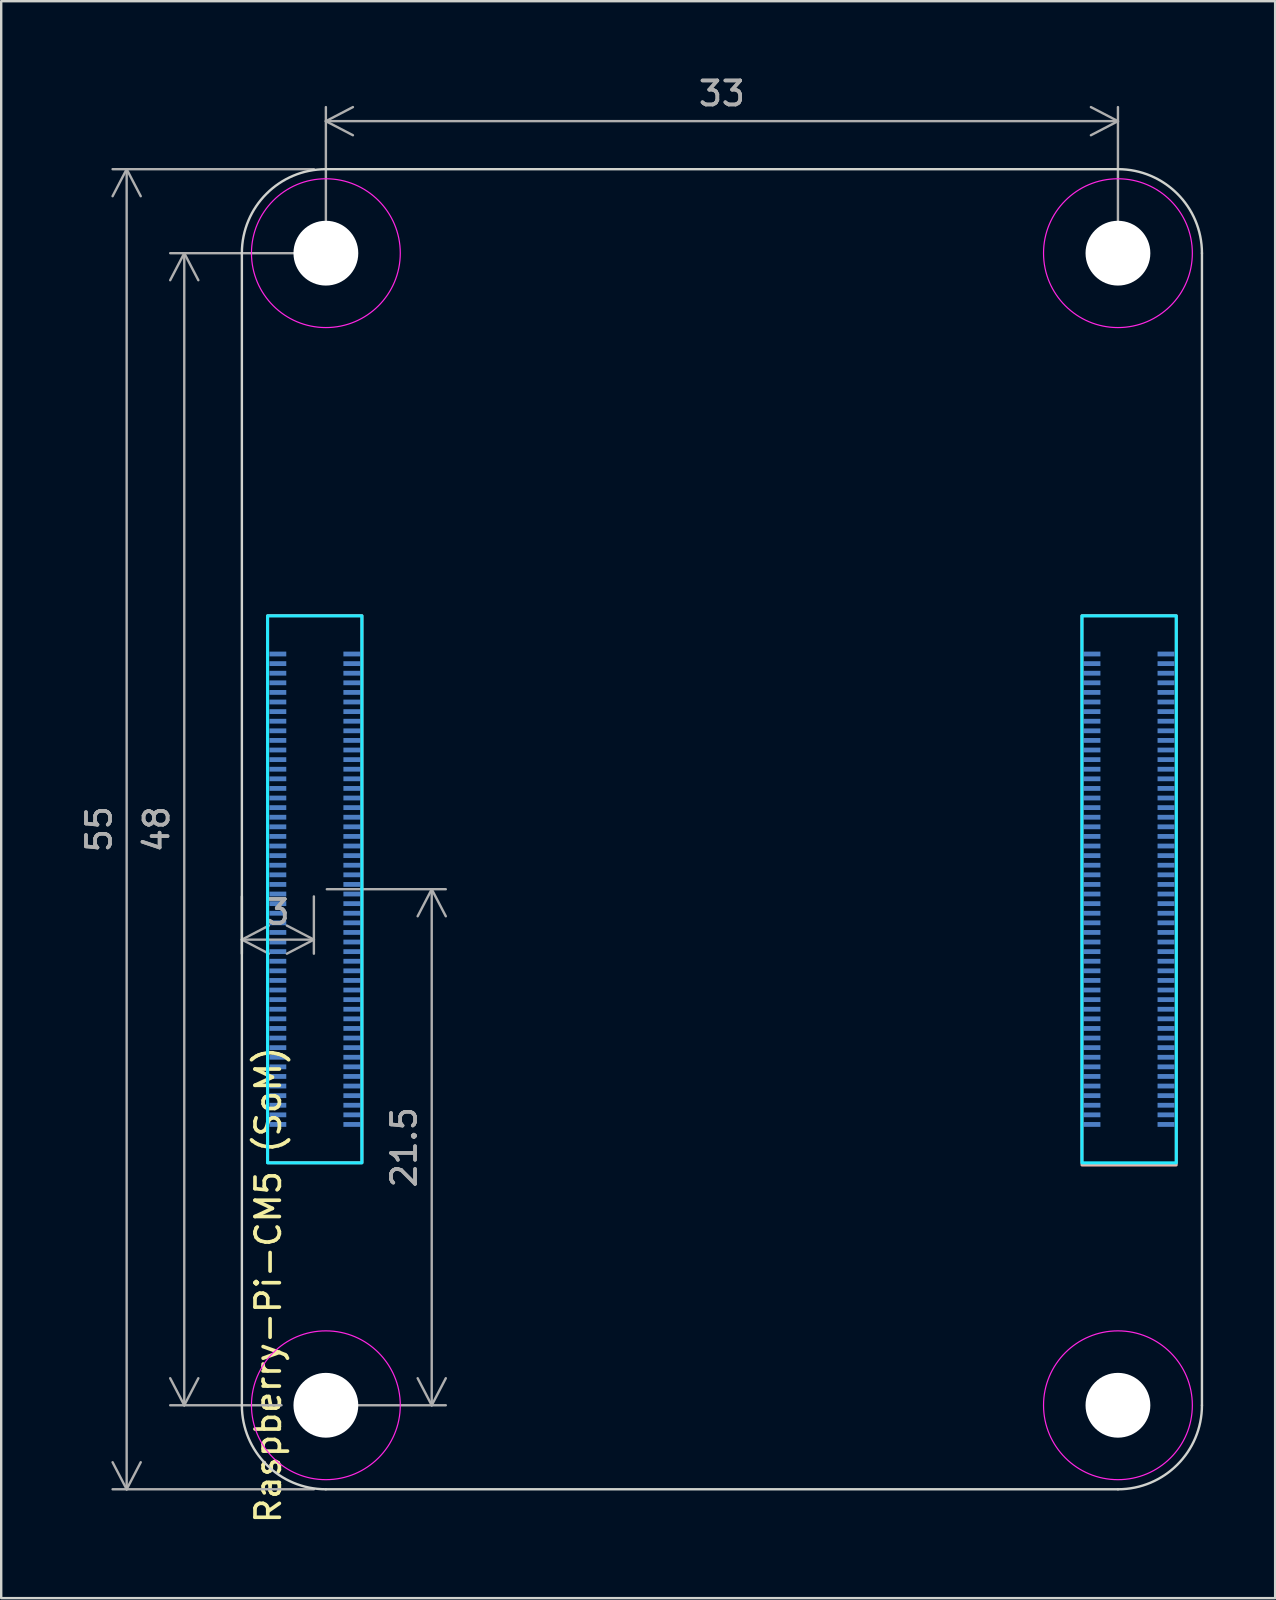
<source format=kicad_pcb>
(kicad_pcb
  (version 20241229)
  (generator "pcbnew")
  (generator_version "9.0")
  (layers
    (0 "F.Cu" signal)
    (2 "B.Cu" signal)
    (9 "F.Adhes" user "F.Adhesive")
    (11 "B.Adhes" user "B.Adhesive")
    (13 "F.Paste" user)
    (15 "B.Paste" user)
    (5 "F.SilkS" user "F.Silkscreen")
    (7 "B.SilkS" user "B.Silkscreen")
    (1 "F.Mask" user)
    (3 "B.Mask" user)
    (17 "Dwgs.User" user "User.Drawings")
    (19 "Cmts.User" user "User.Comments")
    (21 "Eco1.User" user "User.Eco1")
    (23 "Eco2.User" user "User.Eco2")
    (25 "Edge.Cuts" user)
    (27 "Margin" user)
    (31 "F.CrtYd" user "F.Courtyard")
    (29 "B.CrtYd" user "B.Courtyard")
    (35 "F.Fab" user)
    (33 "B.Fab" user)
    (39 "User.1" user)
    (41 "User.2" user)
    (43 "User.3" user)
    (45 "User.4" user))
  (footprint "Raspberry-Pi-CM5 (SoM)"
    (layer "F.Cu")
    (at 10.527 55.498)
    (property "Reference" "Raspberry-Pi-CM5 (SoM)" (at -2.4 -5.01 270) (layer "F.SilkS") (effects (font (size 1.016 1.016) (thickness 0.152))))
    (attr smd)
    (fp_rect (start -2.425 -32.896) (end 1.505 -10.104) (stroke (width 0.12) (type solid)) (fill no) (layer "B.SilkS"))
    (fp_rect (start 31.5 -32.896) (end 35.43 -10.008) (stroke (width 0.12) (type solid)) (fill no) (layer "B.SilkS"))
    (fp_line (start -3.5 -48) (end -3.5 0) (stroke (width 0.1) (type solid)) (layer "Edge.Cuts"))
    (fp_line (start 0 3.5) (end 33 3.5) (stroke (width 0.1) (type solid)) (layer "Edge.Cuts"))
    (fp_line (start 33 -51.5) (end 0 -51.5) (stroke (width 0.1) (type solid)) (layer "Edge.Cuts"))
    (fp_line (start 36.5 0) (end 36.5 -48) (stroke (width 0.1) (type solid)) (layer "Edge.Cuts"))
    (fp_arc (start -3.5 -48) (mid -2.474874 -50.474874) (end 0 -51.5) (stroke (width 0.1) (type solid)) (layer "Edge.Cuts"))
    (fp_arc (start 0 3.5) (mid -2.474874 2.474874) (end -3.5 0) (stroke (width 0.1) (type solid)) (layer "Edge.Cuts"))
    (fp_arc (start 33 -51.5) (mid 35.474874 -50.474874) (end 36.5 -48) (stroke (width 0.1) (type solid)) (layer "Edge.Cuts"))
    (fp_arc (start 36.5 0) (mid 35.474874 2.474874) (end 33 3.5) (stroke (width 0.1) (type solid)) (layer "Edge.Cuts"))
    (fp_rect (start -2.43 -32.89) (end 1.5 -10.1) (stroke (width 0.127) (type solid)) (fill no) (layer "B.CrtYd"))
    (fp_rect (start 31.5 -32.89) (end 35.43 -10.1) (stroke (width 0.127) (type solid)) (fill no) (layer "B.CrtYd"))
    (fp_circle (center 0 -48) (end 3.1 -48) (stroke (width 0.05) (type solid)) (fill no) (layer "F.CrtYd"))
    (fp_circle (center 0 0) (end 3.1 0) (stroke (width 0.05) (type solid)) (fill no) (layer "F.CrtYd"))
    (fp_circle (center 33 -48) (end 36.1 -48) (stroke (width 0.05) (type solid)) (fill no) (layer "F.CrtYd"))
    (fp_circle (center 33 0) (end 36.1 0) (stroke (width 0.05) (type solid)) (fill no) (layer "F.CrtYd"))
    (dimension (type orthogonal) (layer "F.Fab") (pts (xy 10.527 7.498) (xy 9.177 55.498)) (height -5.9) (orientation 1) (format (prefix "") (suffix "") (units 3) (units_format 0) (precision 4) (suppress_zeroes yes)) (style (thickness 0.1) (arrow_length 1.27) (text_position_mode 0) (arrow_direction outward) (extension_height 0.586) (extension_offset 0.5) (keep_text_aligned yes)) (gr_text "48" (at 3.477 31.498 90) (layer "F.Fab") (effects (font (size 1 1) (thickness 0.15)))))
    (dimension (type orthogonal) (layer "F.Fab") (pts (xy 10.527 3.998) (xy 10.527 58.998)) (height -8.3) (orientation 1) (format (prefix "") (suffix "") (units 3) (units_format 0) (precision 4) (suppress_zeroes yes)) (style (thickness 0.1) (arrow_length 1.27) (text_position_mode 0) (arrow_direction outward) (extension_height 0.586) (extension_offset 0.5) (keep_text_aligned yes)) (gr_text "55" (at 1.077 31.498 90) (layer "F.Fab") (effects (font (size 1 1) (thickness 0.15)))))
    (dimension (type orthogonal) (layer "F.Fab") (pts (xy 10.527 7.498) (xy 43.527 7.498)) (height -5.5) (orientation 0) (format (prefix "") (suffix "") (units 3) (units_format 0) (precision 4) (suppress_zeroes yes)) (style (thickness 0.1) (arrow_length 1.27) (text_position_mode 0) (arrow_direction outward) (extension_height 0.586) (extension_offset 0.5) (keep_text_aligned yes)) (gr_text "33" (at 27.027 0.848 0) (layer "F.Fab") (effects (font (size 1 1) (thickness 0.15)))))
    (dimension (type orthogonal) (layer "F.Fab") (pts (xy 7.027 33.798) (xy 10.027 33.798)) (height 2.3) (orientation 0) (format (prefix "") (suffix "") (units 3) (units_format 0) (precision 4) (suppress_zeroes yes)) (style (thickness 0.1) (arrow_length 1.27) (text_position_mode 0) (arrow_direction outward) (extension_height 0.586) (extension_offset 0.5) (keep_text_aligned yes)) (gr_text "3" (at 8.527 34.948 0) (layer "F.Fab") (effects (font (size 1 1) (thickness 0.15)))))
    (dimension (type orthogonal) (layer "F.Fab") (pts (xy 10.067 33.998) (xy 9.177 55.498)) (height 4.87) (orientation 1) (format (prefix "") (suffix "") (units 3) (units_format 0) (precision 2) (suppress_zeroes yes)) (style (thickness 0.1) (arrow_length 1.27) (text_position_mode 0) (arrow_direction outward) (extension_height 0.586) (extension_offset 0.5) (keep_text_aligned yes)) (gr_text "21.5" (at 13.787 44.748 90) (layer "F.Fab") (effects (font (size 1 1) (thickness 0.15)))))
    (pad "" np_thru_hole circle (at 0 -48) (size 2.7 2.7) (drill 2.7) (layers "*.Cu" "*.Mask"))
    (pad "" np_thru_hole circle (at 0 0) (size 2.7 2.7) (drill 2.7) (layers "*.Cu" "*.Mask"))
    (pad "" np_thru_hole circle (at 33 -48) (size 2.7 2.7) (drill 2.7) (layers "*.Cu" "*.Mask"))
    (pad "" np_thru_hole circle (at 33 0) (size 2.7 2.7) (drill 2.7) (layers "*.Cu" "*.Mask"))
    (pad "1" smd rect (at -2 -31.3 270) (size 0.2 0.7) (layers "B.Cu" "B.Mask" "B.Paste"))
    (pad "2" smd rect (at 1.08 -31.3 270) (size 0.2 0.7) (layers "B.Cu" "B.Mask" "B.Paste"))
    (pad "3" smd rect (at -2 -30.9 270) (size 0.2 0.7) (layers "B.Cu" "B.Mask" "B.Paste"))
    (pad "4" smd rect (at 1.08 -30.9 270) (size 0.2 0.7) (layers "B.Cu" "B.Mask" "B.Paste"))
    (pad "5" smd rect (at -2 -30.5 270) (size 0.2 0.7) (layers "B.Cu" "B.Mask" "B.Paste"))
    (pad "6" smd rect (at 1.08 -30.5 270) (size 0.2 0.7) (layers "B.Cu" "B.Mask" "B.Paste"))
    (pad "7" smd rect (at -2 -30.1 270) (size 0.2 0.7) (layers "B.Cu" "B.Mask" "B.Paste"))
    (pad "8" smd rect (at 1.08 -30.1 270) (size 0.2 0.7) (layers "B.Cu" "B.Mask" "B.Paste"))
    (pad "9" smd rect (at -2 -29.7 270) (size 0.2 0.7) (layers "B.Cu" "B.Mask" "B.Paste"))
    (pad "10" smd rect (at 1.08 -29.7 270) (size 0.2 0.7) (layers "B.Cu" "B.Mask" "B.Paste"))
    (pad "11" smd rect (at -2 -29.3 270) (size 0.2 0.7) (layers "B.Cu" "B.Mask" "B.Paste"))
    (pad "12" smd rect (at 1.08 -29.3 270) (size 0.2 0.7) (layers "B.Cu" "B.Mask" "B.Paste"))
    (pad "13" smd rect (at -2 -28.9 270) (size 0.2 0.7) (layers "B.Cu" "B.Mask" "B.Paste"))
    (pad "14" smd rect (at 1.08 -28.9 270) (size 0.2 0.7) (layers "B.Cu" "B.Mask" "B.Paste"))
    (pad "15" smd rect (at -2 -28.5 270) (size 0.2 0.7) (layers "B.Cu" "B.Mask" "B.Paste"))
    (pad "16" smd rect (at 1.08 -28.5 270) (size 0.2 0.7) (layers "B.Cu" "B.Mask" "B.Paste"))
    (pad "17" smd rect (at -2 -28.1 270) (size 0.2 0.7) (layers "B.Cu" "B.Mask" "B.Paste"))
    (pad "18" smd rect (at 1.08 -28.1 270) (size 0.2 0.7) (layers "B.Cu" "B.Mask" "B.Paste"))
    (pad "19" smd rect (at -2 -27.7 270) (size 0.2 0.7) (layers "B.Cu" "B.Mask" "B.Paste"))
    (pad "20" smd rect (at 1.08 -27.7 270) (size 0.2 0.7) (layers "B.Cu" "B.Mask" "B.Paste"))
    (pad "21" smd rect (at -2 -27.3 270) (size 0.2 0.7) (layers "B.Cu" "B.Mask" "B.Paste"))
    (pad "22" smd rect (at 1.08 -27.3 270) (size 0.2 0.7) (layers "B.Cu" "B.Mask" "B.Paste"))
    (pad "23" smd rect (at -2 -26.9 270) (size 0.2 0.7) (layers "B.Cu" "B.Mask" "B.Paste"))
    (pad "24" smd rect (at 1.08 -26.9 270) (size 0.2 0.7) (layers "B.Cu" "B.Mask" "B.Paste"))
    (pad "25" smd rect (at -2 -26.5 270) (size 0.2 0.7) (layers "B.Cu" "B.Mask" "B.Paste"))
    (pad "26" smd rect (at 1.08 -26.5 270) (size 0.2 0.7) (layers "B.Cu" "B.Mask" "B.Paste"))
    (pad "27" smd rect (at -2 -26.1 270) (size 0.2 0.7) (layers "B.Cu" "B.Mask" "B.Paste"))
    (pad "28" smd rect (at 1.08 -26.1 270) (size 0.2 0.7) (layers "B.Cu" "B.Mask" "B.Paste"))
    (pad "29" smd rect (at -2 -25.7 270) (size 0.2 0.7) (layers "B.Cu" "B.Mask" "B.Paste"))
    (pad "30" smd rect (at 1.08 -25.7 270) (size 0.2 0.7) (layers "B.Cu" "B.Mask" "B.Paste"))
    (pad "31" smd rect (at -2 -25.3 270) (size 0.2 0.7) (layers "B.Cu" "B.Mask" "B.Paste"))
    (pad "32" smd rect (at 1.08 -25.3 270) (size 0.2 0.7) (layers "B.Cu" "B.Mask" "B.Paste"))
    (pad "33" smd rect (at -2 -24.9 270) (size 0.2 0.7) (layers "B.Cu" "B.Mask" "B.Paste"))
    (pad "34" smd rect (at 1.08 -24.9 270) (size 0.2 0.7) (layers "B.Cu" "B.Mask" "B.Paste"))
    (pad "35" smd rect (at -2 -24.5 270) (size 0.2 0.7) (layers "B.Cu" "B.Mask" "B.Paste"))
    (pad "36" smd rect (at 1.08 -24.5 270) (size 0.2 0.7) (layers "B.Cu" "B.Mask" "B.Paste"))
    (pad "37" smd rect (at -2 -24.1 270) (size 0.2 0.7) (layers "B.Cu" "B.Mask" "B.Paste"))
    (pad "38" smd rect (at 1.08 -24.1 270) (size 0.2 0.7) (layers "B.Cu" "B.Mask" "B.Paste"))
    (pad "39" smd rect (at -2 -23.7 270) (size 0.2 0.7) (layers "B.Cu" "B.Mask" "B.Paste"))
    (pad "40" smd rect (at 1.08 -23.7 270) (size 0.2 0.7) (layers "B.Cu" "B.Mask" "B.Paste"))
    (pad "41" smd rect (at -2 -23.3 270) (size 0.2 0.7) (layers "B.Cu" "B.Mask" "B.Paste"))
    (pad "42" smd rect (at 1.08 -23.3 270) (size 0.2 0.7) (layers "B.Cu" "B.Mask" "B.Paste"))
    (pad "43" smd rect (at -2 -22.9 270) (size 0.2 0.7) (layers "B.Cu" "B.Mask" "B.Paste"))
    (pad "44" smd rect (at 1.08 -22.9 270) (size 0.2 0.7) (layers "B.Cu" "B.Mask" "B.Paste"))
    (pad "45" smd rect (at -2 -22.5 270) (size 0.2 0.7) (layers "B.Cu" "B.Mask" "B.Paste"))
    (pad "46" smd rect (at 1.08 -22.5 270) (size 0.2 0.7) (layers "B.Cu" "B.Mask" "B.Paste"))
    (pad "47" smd rect (at -2 -22.1 270) (size 0.2 0.7) (layers "B.Cu" "B.Mask" "B.Paste"))
    (pad "48" smd rect (at 1.08 -22.1 270) (size 0.2 0.7) (layers "B.Cu" "B.Mask" "B.Paste"))
    (pad "49" smd rect (at -2 -21.7 270) (size 0.2 0.7) (layers "B.Cu" "B.Mask" "B.Paste"))
    (pad "50" smd rect (at 1.08 -21.7 270) (size 0.2 0.7) (layers "B.Cu" "B.Mask" "B.Paste"))
    (pad "51" smd rect (at -2 -21.3 270) (size 0.2 0.7) (layers "B.Cu" "B.Mask" "B.Paste"))
    (pad "52" smd rect (at 1.08 -21.3 270) (size 0.2 0.7) (layers "B.Cu" "B.Mask" "B.Paste"))
    (pad "53" smd rect (at -2 -20.9 270) (size 0.2 0.7) (layers "B.Cu" "B.Mask" "B.Paste"))
    (pad "54" smd rect (at 1.08 -20.9 270) (size 0.2 0.7) (layers "B.Cu" "B.Mask" "B.Paste"))
    (pad "55" smd rect (at -2 -20.5 270) (size 0.2 0.7) (layers "B.Cu" "B.Mask" "B.Paste"))
    (pad "56" smd rect (at 1.08 -20.5 270) (size 0.2 0.7) (layers "B.Cu" "B.Mask" "B.Paste"))
    (pad "57" smd rect (at -2 -20.1 270) (size 0.2 0.7) (layers "B.Cu" "B.Mask" "B.Paste"))
    (pad "58" smd rect (at 1.08 -20.1 270) (size 0.2 0.7) (layers "B.Cu" "B.Mask" "B.Paste"))
    (pad "59" smd rect (at -2 -19.7 270) (size 0.2 0.7) (layers "B.Cu" "B.Mask" "B.Paste"))
    (pad "60" smd rect (at 1.08 -19.7 270) (size 0.2 0.7) (layers "B.Cu" "B.Mask" "B.Paste"))
    (pad "61" smd rect (at -2 -19.3 270) (size 0.2 0.7) (layers "B.Cu" "B.Mask" "B.Paste"))
    (pad "62" smd rect (at 1.08 -19.3 270) (size 0.2 0.7) (layers "B.Cu" "B.Mask" "B.Paste"))
    (pad "63" smd rect (at -2 -18.9 270) (size 0.2 0.7) (layers "B.Cu" "B.Mask" "B.Paste"))
    (pad "64" smd rect (at 1.08 -18.9 270) (size 0.2 0.7) (layers "B.Cu" "B.Mask" "B.Paste"))
    (pad "65" smd rect (at -2 -18.5 270) (size 0.2 0.7) (layers "B.Cu" "B.Mask" "B.Paste"))
    (pad "66" smd rect (at 1.08 -18.5 270) (size 0.2 0.7) (layers "B.Cu" "B.Mask" "B.Paste"))
    (pad "67" smd rect (at -2 -18.1 270) (size 0.2 0.7) (layers "B.Cu" "B.Mask" "B.Paste"))
    (pad "68" smd rect (at 1.08 -18.1 270) (size 0.2 0.7) (layers "B.Cu" "B.Mask" "B.Paste"))
    (pad "69" smd rect (at -2 -17.7 270) (size 0.2 0.7) (layers "B.Cu" "B.Mask" "B.Paste"))
    (pad "70" smd rect (at 1.08 -17.7 270) (size 0.2 0.7) (layers "B.Cu" "B.Mask" "B.Paste"))
    (pad "71" smd rect (at -2 -17.3 270) (size 0.2 0.7) (layers "B.Cu" "B.Mask" "B.Paste"))
    (pad "72" smd rect (at 1.08 -17.3 270) (size 0.2 0.7) (layers "B.Cu" "B.Mask" "B.Paste"))
    (pad "73" smd rect (at -2 -16.9 270) (size 0.2 0.7) (layers "B.Cu" "B.Mask" "B.Paste"))
    (pad "74" smd rect (at 1.08 -16.9 270) (size 0.2 0.7) (layers "B.Cu" "B.Mask" "B.Paste"))
    (pad "75" smd rect (at -2 -16.5 270) (size 0.2 0.7) (layers "B.Cu" "B.Mask" "B.Paste"))
    (pad "76" smd rect (at 1.08 -16.5 270) (size 0.2 0.7) (layers "B.Cu" "B.Mask" "B.Paste"))
    (pad "77" smd rect (at -2 -16.1 270) (size 0.2 0.7) (layers "B.Cu" "B.Mask" "B.Paste"))
    (pad "78" smd rect (at 1.08 -16.1 270) (size 0.2 0.7) (layers "B.Cu" "B.Mask" "B.Paste"))
    (pad "79" smd rect (at -2 -15.7 270) (size 0.2 0.7) (layers "B.Cu" "B.Mask" "B.Paste"))
    (pad "80" smd rect (at 1.08 -15.7 270) (size 0.2 0.7) (layers "B.Cu" "B.Mask" "B.Paste"))
    (pad "81" smd rect (at -2 -15.3 270) (size 0.2 0.7) (layers "B.Cu" "B.Mask" "B.Paste"))
    (pad "82" smd rect (at 1.08 -15.3 270) (size 0.2 0.7) (layers "B.Cu" "B.Mask" "B.Paste"))
    (pad "83" smd rect (at -2 -14.9 270) (size 0.2 0.7) (layers "B.Cu" "B.Mask" "B.Paste"))
    (pad "84" smd rect (at 1.08 -14.9 270) (size 0.2 0.7) (layers "B.Cu" "B.Mask" "B.Paste"))
    (pad "85" smd rect (at -2 -14.5 270) (size 0.2 0.7) (layers "B.Cu" "B.Mask" "B.Paste"))
    (pad "86" smd rect (at 1.08 -14.5 270) (size 0.2 0.7) (layers "B.Cu" "B.Mask" "B.Paste"))
    (pad "87" smd rect (at -2 -14.1 270) (size 0.2 0.7) (layers "B.Cu" "B.Mask" "B.Paste"))
    (pad "88" smd rect (at 1.08 -14.1 270) (size 0.2 0.7) (layers "B.Cu" "B.Mask" "B.Paste"))
    (pad "89" smd rect (at -2 -13.7 270) (size 0.2 0.7) (layers "B.Cu" "B.Mask" "B.Paste"))
    (pad "90" smd rect (at 1.08 -13.7 270) (size 0.2 0.7) (layers "B.Cu" "B.Mask" "B.Paste"))
    (pad "91" smd rect (at -2 -13.3 270) (size 0.2 0.7) (layers "B.Cu" "B.Mask" "B.Paste"))
    (pad "92" smd rect (at 1.08 -13.3 270) (size 0.2 0.7) (layers "B.Cu" "B.Mask" "B.Paste"))
    (pad "93" smd rect (at -2 -12.9 270) (size 0.2 0.7) (layers "B.Cu" "B.Mask" "B.Paste"))
    (pad "94" smd rect (at 1.08 -12.9 270) (size 0.2 0.7) (layers "B.Cu" "B.Mask" "B.Paste"))
    (pad "95" smd rect (at -2 -12.5 270) (size 0.2 0.7) (layers "B.Cu" "B.Mask" "B.Paste"))
    (pad "96" smd rect (at 1.08 -12.5 270) (size 0.2 0.7) (layers "B.Cu" "B.Mask" "B.Paste"))
    (pad "97" smd rect (at -2 -12.1 270) (size 0.2 0.7) (layers "B.Cu" "B.Mask" "B.Paste"))
    (pad "98" smd rect (at 1.08 -12.1 270) (size 0.2 0.7) (layers "B.Cu" "B.Mask" "B.Paste"))
    (pad "99" smd rect (at -2 -11.7 270) (size 0.2 0.7) (layers "B.Cu" "B.Mask" "B.Paste"))
    (pad "100" smd rect (at 1.08 -11.7 270) (size 0.2 0.7) (layers "B.Cu" "B.Mask" "B.Paste"))
    (pad "101" smd rect (at 31.92 -31.3 270) (size 0.2 0.7) (layers "B.Cu" "B.Mask" "B.Paste"))
    (pad "102" smd rect (at 35 -31.3 270) (size 0.2 0.7) (layers "B.Cu" "B.Mask" "B.Paste"))
    (pad "103" smd rect (at 31.92 -30.9 270) (size 0.2 0.7) (layers "B.Cu" "B.Mask" "B.Paste"))
    (pad "104" smd rect (at 35 -30.9 270) (size 0.2 0.7) (layers "B.Cu" "B.Mask" "B.Paste"))
    (pad "105" smd rect (at 31.92 -30.5 270) (size 0.2 0.7) (layers "B.Cu" "B.Mask" "B.Paste"))
    (pad "106" smd rect (at 35 -30.5 270) (size 0.2 0.7) (layers "B.Cu" "B.Mask" "B.Paste"))
    (pad "107" smd rect (at 31.92 -30.1 270) (size 0.2 0.7) (layers "B.Cu" "B.Mask" "B.Paste"))
    (pad "108" smd rect (at 35 -30.1 270) (size 0.2 0.7) (layers "B.Cu" "B.Mask" "B.Paste"))
    (pad "109" smd rect (at 31.92 -29.7 270) (size 0.2 0.7) (layers "B.Cu" "B.Mask" "B.Paste"))
    (pad "110" smd rect (at 35 -29.7 270) (size 0.2 0.7) (layers "B.Cu" "B.Mask" "B.Paste"))
    (pad "111" smd rect (at 31.92 -29.3 270) (size 0.2 0.7) (layers "B.Cu" "B.Mask" "B.Paste"))
    (pad "112" smd rect (at 35 -29.3 270) (size 0.2 0.7) (layers "B.Cu" "B.Mask" "B.Paste"))
    (pad "113" smd rect (at 31.92 -28.9 270) (size 0.2 0.7) (layers "B.Cu" "B.Mask" "B.Paste"))
    (pad "114" smd rect (at 35 -28.9 270) (size 0.2 0.7) (layers "B.Cu" "B.Mask" "B.Paste"))
    (pad "115" smd rect (at 31.92 -28.5 270) (size 0.2 0.7) (layers "B.Cu" "B.Mask" "B.Paste"))
    (pad "116" smd rect (at 35 -28.5 270) (size 0.2 0.7) (layers "B.Cu" "B.Mask" "B.Paste"))
    (pad "117" smd rect (at 31.92 -28.1 270) (size 0.2 0.7) (layers "B.Cu" "B.Mask" "B.Paste"))
    (pad "118" smd rect (at 35 -28.1 270) (size 0.2 0.7) (layers "B.Cu" "B.Mask" "B.Paste"))
    (pad "119" smd rect (at 31.92 -27.7 270) (size 0.2 0.7) (layers "B.Cu" "B.Mask" "B.Paste"))
    (pad "120" smd rect (at 35 -27.7 270) (size 0.2 0.7) (layers "B.Cu" "B.Mask" "B.Paste"))
    (pad "121" smd rect (at 31.92 -27.3 270) (size 0.2 0.7) (layers "B.Cu" "B.Mask" "B.Paste"))
    (pad "122" smd rect (at 35 -27.3 270) (size 0.2 0.7) (layers "B.Cu" "B.Mask" "B.Paste"))
    (pad "123" smd rect (at 31.92 -26.9 270) (size 0.2 0.7) (layers "B.Cu" "B.Mask" "B.Paste"))
    (pad "124" smd rect (at 35 -26.9 270) (size 0.2 0.7) (layers "B.Cu" "B.Mask" "B.Paste"))
    (pad "125" smd rect (at 31.92 -26.5 270) (size 0.2 0.7) (layers "B.Cu" "B.Mask" "B.Paste"))
    (pad "126" smd rect (at 35 -26.5 270) (size 0.2 0.7) (layers "B.Cu" "B.Mask" "B.Paste"))
    (pad "127" smd rect (at 31.92 -26.1 270) (size 0.2 0.7) (layers "B.Cu" "B.Mask" "B.Paste"))
    (pad "128" smd rect (at 35 -26.1 270) (size 0.2 0.7) (layers "B.Cu" "B.Mask" "B.Paste"))
    (pad "129" smd rect (at 31.92 -25.7 270) (size 0.2 0.7) (layers "B.Cu" "B.Mask" "B.Paste"))
    (pad "130" smd rect (at 35 -25.7 270) (size 0.2 0.7) (layers "B.Cu" "B.Mask" "B.Paste"))
    (pad "131" smd rect (at 31.92 -25.3 270) (size 0.2 0.7) (layers "B.Cu" "B.Mask" "B.Paste"))
    (pad "132" smd rect (at 35 -25.3 270) (size 0.2 0.7) (layers "B.Cu" "B.Mask" "B.Paste"))
    (pad "133" smd rect (at 31.92 -24.9 270) (size 0.2 0.7) (layers "B.Cu" "B.Mask" "B.Paste"))
    (pad "134" smd rect (at 35 -24.9 270) (size 0.2 0.7) (layers "B.Cu" "B.Mask" "B.Paste"))
    (pad "135" smd rect (at 31.92 -24.5 270) (size 0.2 0.7) (layers "B.Cu" "B.Mask" "B.Paste"))
    (pad "136" smd rect (at 35 -24.5 270) (size 0.2 0.7) (layers "B.Cu" "B.Mask" "B.Paste"))
    (pad "137" smd rect (at 31.92 -24.1 270) (size 0.2 0.7) (layers "B.Cu" "B.Mask" "B.Paste"))
    (pad "138" smd rect (at 35 -24.1 270) (size 0.2 0.7) (layers "B.Cu" "B.Mask" "B.Paste"))
    (pad "139" smd rect (at 31.92 -23.7 270) (size 0.2 0.7) (layers "B.Cu" "B.Mask" "B.Paste"))
    (pad "140" smd rect (at 35 -23.7 270) (size 0.2 0.7) (layers "B.Cu" "B.Mask" "B.Paste"))
    (pad "141" smd rect (at 31.92 -23.3 270) (size 0.2 0.7) (layers "B.Cu" "B.Mask" "B.Paste"))
    (pad "142" smd rect (at 35 -23.3 270) (size 0.2 0.7) (layers "B.Cu" "B.Mask" "B.Paste"))
    (pad "143" smd rect (at 31.92 -22.9 270) (size 0.2 0.7) (layers "B.Cu" "B.Mask" "B.Paste"))
    (pad "144" smd rect (at 35 -22.9 270) (size 0.2 0.7) (layers "B.Cu" "B.Mask" "B.Paste"))
    (pad "145" smd rect (at 31.92 -22.5 270) (size 0.2 0.7) (layers "B.Cu" "B.Mask" "B.Paste"))
    (pad "146" smd rect (at 35 -22.5 270) (size 0.2 0.7) (layers "B.Cu" "B.Mask" "B.Paste"))
    (pad "147" smd rect (at 31.92 -22.1 270) (size 0.2 0.7) (layers "B.Cu" "B.Mask" "B.Paste"))
    (pad "148" smd rect (at 35 -22.1 270) (size 0.2 0.7) (layers "B.Cu" "B.Mask" "B.Paste"))
    (pad "149" smd rect (at 31.92 -21.7 270) (size 0.2 0.7) (layers "B.Cu" "B.Mask" "B.Paste"))
    (pad "150" smd rect (at 35 -21.7 270) (size 0.2 0.7) (layers "B.Cu" "B.Mask" "B.Paste"))
    (pad "151" smd rect (at 31.92 -21.3 270) (size 0.2 0.7) (layers "B.Cu" "B.Mask" "B.Paste"))
    (pad "152" smd rect (at 35 -21.3 270) (size 0.2 0.7) (layers "B.Cu" "B.Mask" "B.Paste"))
    (pad "153" smd rect (at 31.92 -20.9 270) (size 0.2 0.7) (layers "B.Cu" "B.Mask" "B.Paste"))
    (pad "154" smd rect (at 35 -20.9 270) (size 0.2 0.7) (layers "B.Cu" "B.Mask" "B.Paste"))
    (pad "155" smd rect (at 31.92 -20.5 270) (size 0.2 0.7) (layers "B.Cu" "B.Mask" "B.Paste"))
    (pad "156" smd rect (at 35 -20.5 270) (size 0.2 0.7) (layers "B.Cu" "B.Mask" "B.Paste"))
    (pad "157" smd rect (at 31.92 -20.1 270) (size 0.2 0.7) (layers "B.Cu" "B.Mask" "B.Paste"))
    (pad "158" smd rect (at 35 -20.1 270) (size 0.2 0.7) (layers "B.Cu" "B.Mask" "B.Paste"))
    (pad "159" smd rect (at 31.92 -19.7 270) (size 0.2 0.7) (layers "B.Cu" "B.Mask" "B.Paste"))
    (pad "160" smd rect (at 35 -19.7 270) (size 0.2 0.7) (layers "B.Cu" "B.Mask" "B.Paste"))
    (pad "161" smd rect (at 31.92 -19.3 270) (size 0.2 0.7) (layers "B.Cu" "B.Mask" "B.Paste"))
    (pad "162" smd rect (at 35 -19.3 270) (size 0.2 0.7) (layers "B.Cu" "B.Mask" "B.Paste"))
    (pad "163" smd rect (at 31.92 -18.9 270) (size 0.2 0.7) (layers "B.Cu" "B.Mask" "B.Paste"))
    (pad "164" smd rect (at 35 -18.9 270) (size 0.2 0.7) (layers "B.Cu" "B.Mask" "B.Paste"))
    (pad "165" smd rect (at 31.92 -18.5 270) (size 0.2 0.7) (layers "B.Cu" "B.Mask" "B.Paste"))
    (pad "166" smd rect (at 35 -18.5 270) (size 0.2 0.7) (layers "B.Cu" "B.Mask" "B.Paste"))
    (pad "167" smd rect (at 31.92 -18.1 270) (size 0.2 0.7) (layers "B.Cu" "B.Mask" "B.Paste"))
    (pad "168" smd rect (at 35 -18.1 270) (size 0.2 0.7) (layers "B.Cu" "B.Mask" "B.Paste"))
    (pad "169" smd rect (at 31.92 -17.7 270) (size 0.2 0.7) (layers "B.Cu" "B.Mask" "B.Paste"))
    (pad "170" smd rect (at 35 -17.7 270) (size 0.2 0.7) (layers "B.Cu" "B.Mask" "B.Paste"))
    (pad "171" smd rect (at 31.92 -17.3 270) (size 0.2 0.7) (layers "B.Cu" "B.Mask" "B.Paste"))
    (pad "172" smd rect (at 35 -17.3 270) (size 0.2 0.7) (layers "B.Cu" "B.Mask" "B.Paste"))
    (pad "173" smd rect (at 31.92 -16.9 270) (size 0.2 0.7) (layers "B.Cu" "B.Mask" "B.Paste"))
    (pad "174" smd rect (at 35 -16.9 270) (size 0.2 0.7) (layers "B.Cu" "B.Mask" "B.Paste"))
    (pad "175" smd rect (at 31.92 -16.5 270) (size 0.2 0.7) (layers "B.Cu" "B.Mask" "B.Paste"))
    (pad "176" smd rect (at 35 -16.5 270) (size 0.2 0.7) (layers "B.Cu" "B.Mask" "B.Paste"))
    (pad "177" smd rect (at 31.92 -16.1 270) (size 0.2 0.7) (layers "B.Cu" "B.Mask" "B.Paste"))
    (pad "178" smd rect (at 35 -16.1 270) (size 0.2 0.7) (layers "B.Cu" "B.Mask" "B.Paste"))
    (pad "179" smd rect (at 31.92 -15.7 270) (size 0.2 0.7) (layers "B.Cu" "B.Mask" "B.Paste"))
    (pad "180" smd rect (at 35 -15.7 270) (size 0.2 0.7) (layers "B.Cu" "B.Mask" "B.Paste"))
    (pad "181" smd rect (at 31.92 -15.3 270) (size 0.2 0.7) (layers "B.Cu" "B.Mask" "B.Paste"))
    (pad "182" smd rect (at 35 -15.3 270) (size 0.2 0.7) (layers "B.Cu" "B.Mask" "B.Paste"))
    (pad "183" smd rect (at 31.92 -14.9 270) (size 0.2 0.7) (layers "B.Cu" "B.Mask" "B.Paste"))
    (pad "184" smd rect (at 35 -14.9 270) (size 0.2 0.7) (layers "B.Cu" "B.Mask" "B.Paste"))
    (pad "185" smd rect (at 31.92 -14.5 270) (size 0.2 0.7) (layers "B.Cu" "B.Mask" "B.Paste"))
    (pad "186" smd rect (at 35 -14.5 270) (size 0.2 0.7) (layers "B.Cu" "B.Mask" "B.Paste"))
    (pad "187" smd rect (at 31.92 -14.1 270) (size 0.2 0.7) (layers "B.Cu" "B.Mask" "B.Paste"))
    (pad "188" smd rect (at 35 -14.1 270) (size 0.2 0.7) (layers "B.Cu" "B.Mask" "B.Paste"))
    (pad "189" smd rect (at 31.92 -13.7 270) (size 0.2 0.7) (layers "B.Cu" "B.Mask" "B.Paste"))
    (pad "190" smd rect (at 35 -13.7 270) (size 0.2 0.7) (layers "B.Cu" "B.Mask" "B.Paste"))
    (pad "191" smd rect (at 31.92 -13.3 270) (size 0.2 0.7) (layers "B.Cu" "B.Mask" "B.Paste"))
    (pad "192" smd rect (at 35 -13.3 270) (size 0.2 0.7) (layers "B.Cu" "B.Mask" "B.Paste"))
    (pad "193" smd rect (at 31.92 -12.9 270) (size 0.2 0.7) (layers "B.Cu" "B.Mask" "B.Paste"))
    (pad "194" smd rect (at 35 -12.9 270) (size 0.2 0.7) (layers "B.Cu" "B.Mask" "B.Paste"))
    (pad "195" smd rect (at 31.92 -12.5 270) (size 0.2 0.7) (layers "B.Cu" "B.Mask" "B.Paste"))
    (pad "196" smd rect (at 35 -12.5 270) (size 0.2 0.7) (layers "B.Cu" "B.Mask" "B.Paste"))
    (pad "197" smd rect (at 31.92 -12.1 270) (size 0.2 0.7) (layers "B.Cu" "B.Mask" "B.Paste"))
    (pad "198" smd rect (at 35 -12.1 270) (size 0.2 0.7) (layers "B.Cu" "B.Mask" "B.Paste"))
    (pad "199" smd rect (at 31.92 -11.7 270) (size 0.2 0.7) (layers "B.Cu" "B.Mask" "B.Paste"))
    (pad "200" smd rect (at 35 -11.7 270) (size 0.2 0.7) (layers "B.Cu" "B.Mask" "B.Paste")))
  (gr_rect
    (start -3 -3)
    (end 50.077 63.533)
    (stroke (width 0.1) (type default))
    (fill no)
    (layer "Edge.Cuts")))
</source>
